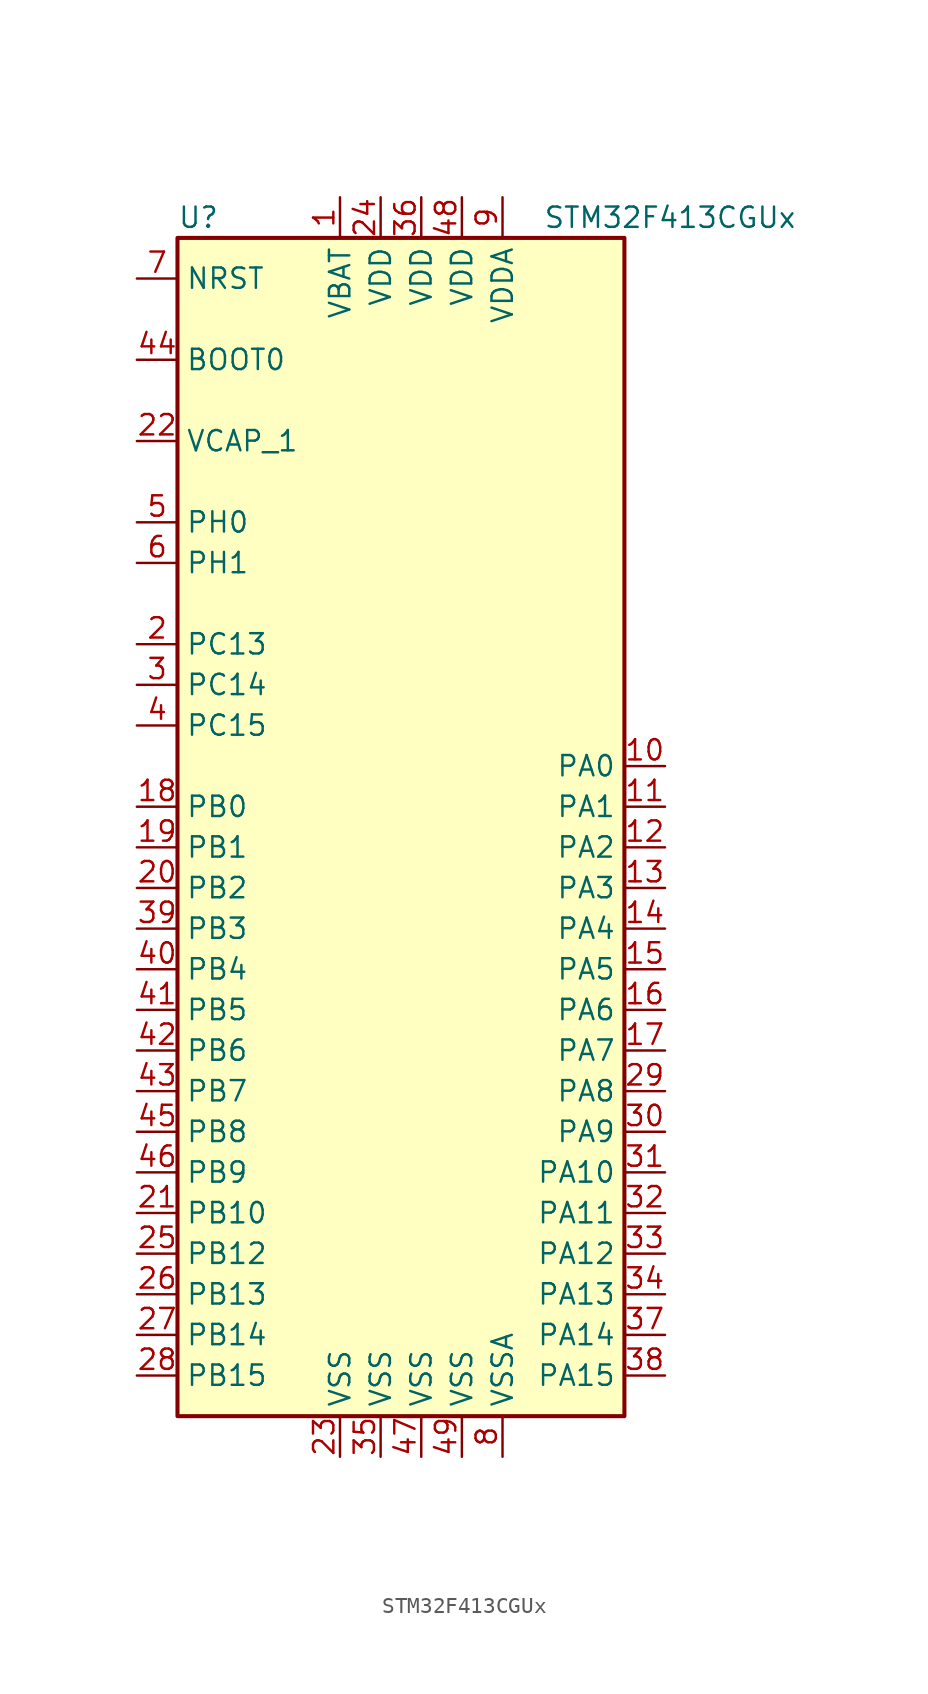
<source format=kicad_sym>
(kicad_symbol_lib
  (version 20220914)
  (generator kicad_symbol_editor)
  (symbol "STM32F413CGUx"
    (property "Reference" "U"
      (at -15.24 36.83 0)
      (effects (font (size 1.27 1.27)) (justify left)))
    (property "Value" "STM32F413CGUx"
      (at 7.62 36.83 0)
      (effects (font (size 1.27 1.27)) (justify left)))
    (symbol "STM32F413CGUx_0_1"
      (rectangle (start -15.24 -38.1) (end 12.7 35.56) (stroke (width 0.254) (type default)) (fill (type background))))
    (symbol "STM32F413CGUx_1_1"
      (pin power_in line (at -5.08 38.1 270) (length 2.54) (name "VBAT" (effects (font (size 1.27 1.27)))) (number "1" (effects (font (size 1.27 1.27)))))
      (pin bidirectional line (at 15.24 2.54 180) (length 2.54) (name "PA0" (effects (font (size 1.27 1.27)))) (number "10" (effects (font (size 1.27 1.27)))))
      (pin bidirectional line (at 15.24 0 180) (length 2.54) (name "PA1" (effects (font (size 1.27 1.27)))) (number "11" (effects (font (size 1.27 1.27)))))
      (pin bidirectional line (at 15.24 -2.54 180) (length 2.54) (name "PA2" (effects (font (size 1.27 1.27)))) (number "12" (effects (font (size 1.27 1.27)))))
      (pin bidirectional line (at 15.24 -5.08 180) (length 2.54) (name "PA3" (effects (font (size 1.27 1.27)))) (number "13" (effects (font (size 1.27 1.27)))))
      (pin bidirectional line (at 15.24 -7.62 180) (length 2.54) (name "PA4" (effects (font (size 1.27 1.27)))) (number "14" (effects (font (size 1.27 1.27)))))
      (pin bidirectional line (at 15.24 -10.16 180) (length 2.54) (name "PA5" (effects (font (size 1.27 1.27)))) (number "15" (effects (font (size 1.27 1.27)))))
      (pin bidirectional line (at 15.24 -12.7 180) (length 2.54) (name "PA6" (effects (font (size 1.27 1.27)))) (number "16" (effects (font (size 1.27 1.27)))))
      (pin bidirectional line (at 15.24 -15.24 180) (length 2.54) (name "PA7" (effects (font (size 1.27 1.27)))) (number "17" (effects (font (size 1.27 1.27)))))
      (pin bidirectional line (at -17.78 0 0) (length 2.54) (name "PB0" (effects (font (size 1.27 1.27)))) (number "18" (effects (font (size 1.27 1.27)))))
      (pin bidirectional line (at -17.78 -2.54 0) (length 2.54) (name "PB1" (effects (font (size 1.27 1.27)))) (number "19" (effects (font (size 1.27 1.27)))))
      (pin bidirectional line (at -17.78 10.16 0) (length 2.54) (name "PC13" (effects (font (size 1.27 1.27)))) (number "2" (effects (font (size 1.27 1.27)))))
      (pin bidirectional line (at -17.78 -5.08 0) (length 2.54) (name "PB2" (effects (font (size 1.27 1.27)))) (number "20" (effects (font (size 1.27 1.27)))))
      (pin bidirectional line (at -17.78 -25.4 0) (length 2.54) (name "PB10" (effects (font (size 1.27 1.27)))) (number "21" (effects (font (size 1.27 1.27)))))
      (pin power_in line (at -17.78 22.86 0) (length 2.54) (name "VCAP_1" (effects (font (size 1.27 1.27)))) (number "22" (effects (font (size 1.27 1.27)))))
      (pin power_in line (at -5.08 -40.64 90) (length 2.54) (name "VSS" (effects (font (size 1.27 1.27)))) (number "23" (effects (font (size 1.27 1.27)))))
      (pin power_in line (at -2.54 38.1 270) (length 2.54) (name "VDD" (effects (font (size 1.27 1.27)))) (number "24" (effects (font (size 1.27 1.27)))))
      (pin bidirectional line (at -17.78 -27.94 0) (length 2.54) (name "PB12" (effects (font (size 1.27 1.27)))) (number "25" (effects (font (size 1.27 1.27)))))
      (pin bidirectional line (at -17.78 -30.48 0) (length 2.54) (name "PB13" (effects (font (size 1.27 1.27)))) (number "26" (effects (font (size 1.27 1.27)))))
      (pin bidirectional line (at -17.78 -33.02 0) (length 2.54) (name "PB14" (effects (font (size 1.27 1.27)))) (number "27" (effects (font (size 1.27 1.27)))))
      (pin bidirectional line (at -17.78 -35.56 0) (length 2.54) (name "PB15" (effects (font (size 1.27 1.27)))) (number "28" (effects (font (size 1.27 1.27)))))
      (pin bidirectional line (at 15.24 -17.78 180) (length 2.54) (name "PA8" (effects (font (size 1.27 1.27)))) (number "29" (effects (font (size 1.27 1.27)))))
      (pin bidirectional line (at -17.78 7.62 0) (length 2.54) (name "PC14" (effects (font (size 1.27 1.27)))) (number "3" (effects (font (size 1.27 1.27)))))
      (pin bidirectional line (at 15.24 -20.32 180) (length 2.54) (name "PA9" (effects (font (size 1.27 1.27)))) (number "30" (effects (font (size 1.27 1.27)))))
      (pin bidirectional line (at 15.24 -22.86 180) (length 2.54) (name "PA10" (effects (font (size 1.27 1.27)))) (number "31" (effects (font (size 1.27 1.27)))))
      (pin bidirectional line (at 15.24 -25.4 180) (length 2.54) (name "PA11" (effects (font (size 1.27 1.27)))) (number "32" (effects (font (size 1.27 1.27)))))
      (pin bidirectional line (at 15.24 -27.94 180) (length 2.54) (name "PA12" (effects (font (size 1.27 1.27)))) (number "33" (effects (font (size 1.27 1.27)))))
      (pin bidirectional line (at 15.24 -30.48 180) (length 2.54) (name "PA13" (effects (font (size 1.27 1.27)))) (number "34" (effects (font (size 1.27 1.27)))))
      (pin power_in line (at -2.54 -40.64 90) (length 2.54) (name "VSS" (effects (font (size 1.27 1.27)))) (number "35" (effects (font (size 1.27 1.27)))))
      (pin power_in line (at 0 38.1 270) (length 2.54) (name "VDD" (effects (font (size 1.27 1.27)))) (number "36" (effects (font (size 1.27 1.27)))))
      (pin bidirectional line (at 15.24 -33.02 180) (length 2.54) (name "PA14" (effects (font (size 1.27 1.27)))) (number "37" (effects (font (size 1.27 1.27)))))
      (pin bidirectional line (at 15.24 -35.56 180) (length 2.54) (name "PA15" (effects (font (size 1.27 1.27)))) (number "38" (effects (font (size 1.27 1.27)))))
      (pin bidirectional line (at -17.78 -7.62 0) (length 2.54) (name "PB3" (effects (font (size 1.27 1.27)))) (number "39" (effects (font (size 1.27 1.27)))))
      (pin bidirectional line (at -17.78 5.08 0) (length 2.54) (name "PC15" (effects (font (size 1.27 1.27)))) (number "4" (effects (font (size 1.27 1.27)))))
      (pin bidirectional line (at -17.78 -10.16 0) (length 2.54) (name "PB4" (effects (font (size 1.27 1.27)))) (number "40" (effects (font (size 1.27 1.27)))))
      (pin bidirectional line (at -17.78 -12.7 0) (length 2.54) (name "PB5" (effects (font (size 1.27 1.27)))) (number "41" (effects (font (size 1.27 1.27)))))
      (pin bidirectional line (at -17.78 -15.24 0) (length 2.54) (name "PB6" (effects (font (size 1.27 1.27)))) (number "42" (effects (font (size 1.27 1.27)))))
      (pin bidirectional line (at -17.78 -17.78 0) (length 2.54) (name "PB7" (effects (font (size 1.27 1.27)))) (number "43" (effects (font (size 1.27 1.27)))))
      (pin input line (at -17.78 27.94 0) (length 2.54) (name "BOOT0" (effects (font (size 1.27 1.27)))) (number "44" (effects (font (size 1.27 1.27)))))
      (pin bidirectional line (at -17.78 -20.32 0) (length 2.54) (name "PB8" (effects (font (size 1.27 1.27)))) (number "45" (effects (font (size 1.27 1.27)))))
      (pin bidirectional line (at -17.78 -22.86 0) (length 2.54) (name "PB9" (effects (font (size 1.27 1.27)))) (number "46" (effects (font (size 1.27 1.27)))))
      (pin power_in line (at 0 -40.64 90) (length 2.54) (name "VSS" (effects (font (size 1.27 1.27)))) (number "47" (effects (font (size 1.27 1.27)))))
      (pin power_in line (at 2.54 38.1 270) (length 2.54) (name "VDD" (effects (font (size 1.27 1.27)))) (number "48" (effects (font (size 1.27 1.27)))))
      (pin power_in line (at 2.54 -40.64 90) (length 2.54) (name "VSS" (effects (font (size 1.27 1.27)))) (number "49" (effects (font (size 1.27 1.27)))))
      (pin input line (at -17.78 17.78 0) (length 2.54) (name "PH0" (effects (font (size 1.27 1.27)))) (number "5" (effects (font (size 1.27 1.27)))))
      (pin input line (at -17.78 15.24 0) (length 2.54) (name "PH1" (effects (font (size 1.27 1.27)))) (number "6" (effects (font (size 1.27 1.27)))))
      (pin input line (at -17.78 33.02 0) (length 2.54) (name "NRST" (effects (font (size 1.27 1.27)))) (number "7" (effects (font (size 1.27 1.27)))))
      (pin power_in line (at 5.08 -40.64 90) (length 2.54) (name "VSSA" (effects (font (size 1.27 1.27)))) (number "8" (effects (font (size 1.27 1.27)))))
      (pin power_in line (at 5.08 38.1 270) (length 2.54) (name "VDDA" (effects (font (size 1.27 1.27)))) (number "9" (effects (font (size 1.27 1.27))))))))
</source>
